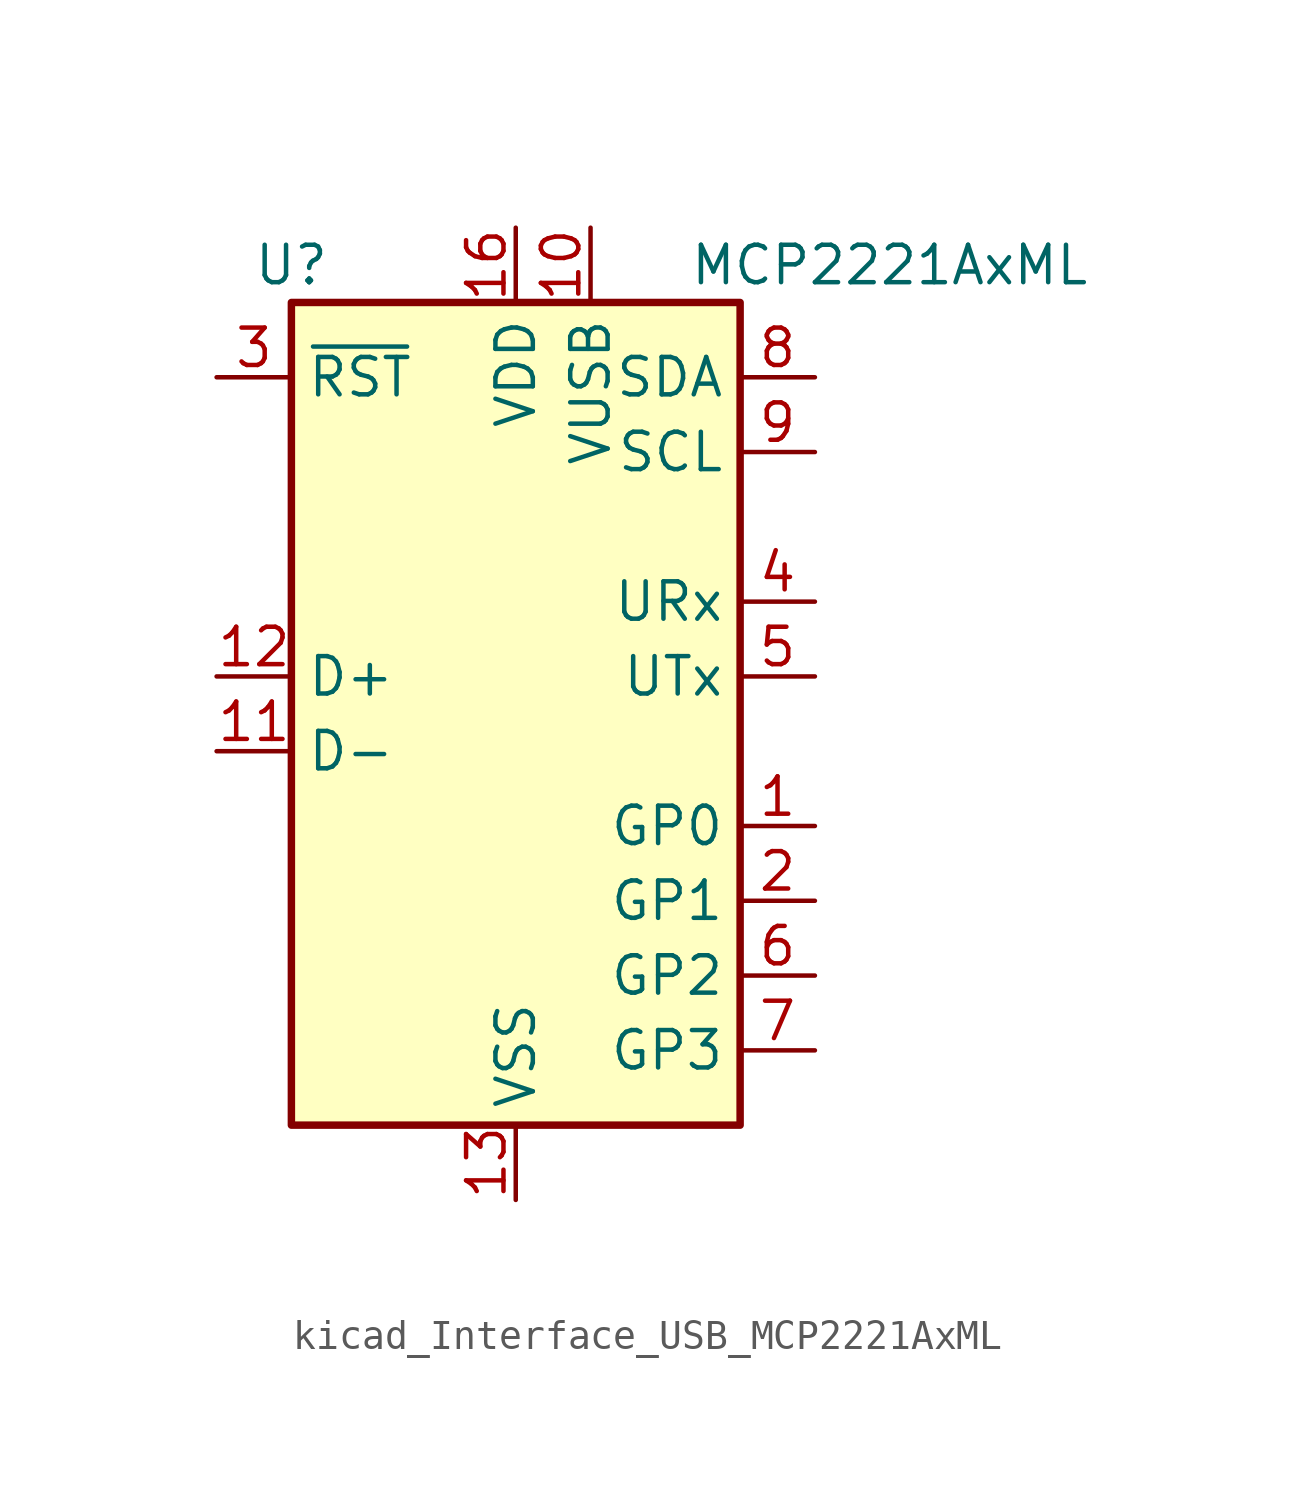
<source format=kicad_sym>
(kicad_symbol_lib
  (version 20220914)
  (generator kicad_symbol_editor)
  (symbol "kicad_Interface_USB_MCP2221AxML"
    (property "Reference" "U"
      (at -7.62 16.51 0)
      (effects (font (size 1.27 1.27))))
    (property "Value" "MCP2221AxML"
      (at 12.7 16.51 0)
      (effects (font (size 1.27 1.27))))
    (symbol "kicad_Interface_USB_MCP2221AxML_0_1"
      (rectangle (start -7.62 15.24) (end 7.62 -12.7) (stroke (width 0.254) (type default)) (fill (type background))))
    (symbol "kicad_Interface_USB_MCP2221AxML_1_1"
      (pin bidirectional line (at 10.16 -2.54 180) (length 2.54) (name "GP0" (effects (font (size 1.27 1.27)))) (number "1" (effects (font (size 1.27 1.27)))))
      (pin passive line (at 2.54 17.78 270) (length 2.54) (name "VUSB" (effects (font (size 1.27 1.27)))) (number "10" (effects (font (size 1.27 1.27)))))
      (pin bidirectional line (at -10.16 0 0) (length 2.54) (name "D-" (effects (font (size 1.27 1.27)))) (number "11" (effects (font (size 1.27 1.27)))))
      (pin bidirectional line (at -10.16 2.54 0) (length 2.54) (name "D+" (effects (font (size 1.27 1.27)))) (number "12" (effects (font (size 1.27 1.27)))))
      (pin power_in line (at 0 -15.24 90) (length 2.54) (name "VSS" (effects (font (size 1.27 1.27)))) (number "13" (effects (font (size 1.27 1.27)))))
      (pin no_connect line (at -7.62 -2.54 0) (length 2.54) hide (name "NC" (effects (font (size 1.27 1.27)))) (number "14" (effects (font (size 1.27 1.27)))))
      (pin no_connect line (at -7.62 -5.08 0) (length 2.54) hide (name "NC" (effects (font (size 1.27 1.27)))) (number "15" (effects (font (size 1.27 1.27)))))
      (pin power_in line (at 0 17.78 270) (length 2.54) (name "VDD" (effects (font (size 1.27 1.27)))) (number "16" (effects (font (size 1.27 1.27)))))
      (pin no_connect line (at -7.62 -7.62 0) (length 2.54) hide (name "NC" (effects (font (size 1.27 1.27)))) (number "17" (effects (font (size 1.27 1.27)))))
      (pin bidirectional line (at 10.16 -5.08 180) (length 2.54) (name "GP1" (effects (font (size 1.27 1.27)))) (number "2" (effects (font (size 1.27 1.27)))))
      (pin input line (at -10.16 12.7 0) (length 2.54) (name "~{RST}" (effects (font (size 1.27 1.27)))) (number "3" (effects (font (size 1.27 1.27)))))
      (pin input line (at 10.16 5.08 180) (length 2.54) (name "URx" (effects (font (size 1.27 1.27)))) (number "4" (effects (font (size 1.27 1.27)))))
      (pin output line (at 10.16 2.54 180) (length 2.54) (name "UTx" (effects (font (size 1.27 1.27)))) (number "5" (effects (font (size 1.27 1.27)))))
      (pin bidirectional line (at 10.16 -7.62 180) (length 2.54) (name "GP2" (effects (font (size 1.27 1.27)))) (number "6" (effects (font (size 1.27 1.27)))))
      (pin bidirectional line (at 10.16 -10.16 180) (length 2.54) (name "GP3" (effects (font (size 1.27 1.27)))) (number "7" (effects (font (size 1.27 1.27)))))
      (pin bidirectional line (at 10.16 12.7 180) (length 2.54) (name "SDA" (effects (font (size 1.27 1.27)))) (number "8" (effects (font (size 1.27 1.27)))))
      (pin bidirectional line (at 10.16 10.16 180) (length 2.54) (name "SCL" (effects (font (size 1.27 1.27)))) (number "9" (effects (font (size 1.27 1.27))))))))
</source>
